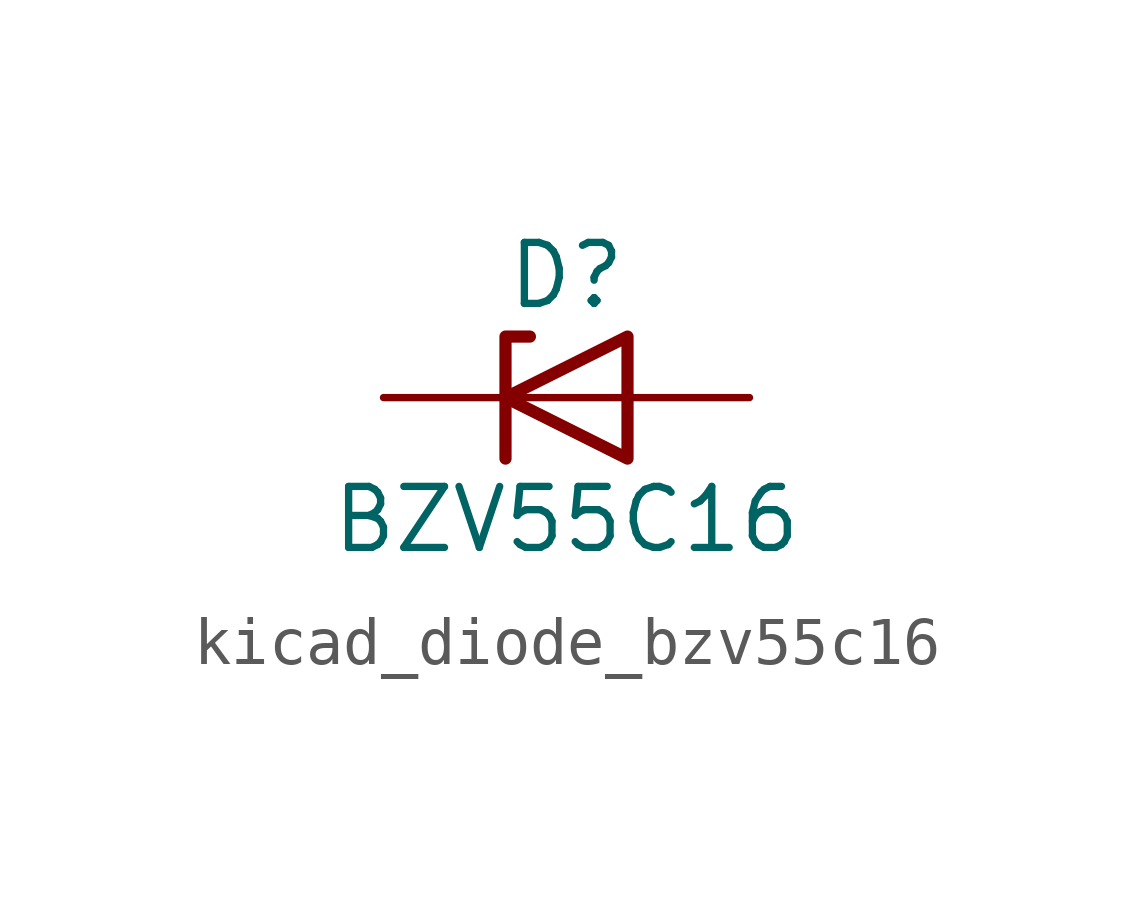
<source format=kicad_sym>
(kicad_symbol_lib
  (version 20220914)
  (generator kicad_symbol_editor)
  (symbol "kicad_diode_bzv55c16"
    (pin_numbers hide)
    (pin_names hide)
    (property "Reference" "D"
      (at 0 2.54 0)
      (effects (font (size 1.27 1.27))))
    (property "Value" "BZV55C16"
      (at 0 -2.54 0)
      (effects (font (size 1.27 1.27))))
    (symbol "kicad_diode_bzv55c16_0_1"
      (polyline (pts (xy 1.27 0) (xy -1.27 0)) (stroke (width 0) (type default)) (fill (type none)))
      (polyline (pts (xy -1.27 -1.27) (xy -1.27 1.27) (xy -0.762 1.27)) (stroke (width 0.254) (type default)) (fill (type none)))
      (polyline (pts (xy 1.27 -1.27) (xy 1.27 1.27) (xy -1.27 0) (xy 1.27 -1.27)) (stroke (width 0.254) (type default)) (fill (type none))))
    (symbol "kicad_diode_bzv55c16_1_1"
      (pin passive line (at -3.81 0 0) (length 2.54) (name "K" (effects (font (size 1.27 1.27)))) (number "1" (effects (font (size 1.27 1.27)))))
      (pin passive line (at 3.81 0 180) (length 2.54) (name "A" (effects (font (size 1.27 1.27)))) (number "2" (effects (font (size 1.27 1.27))))))))
</source>
